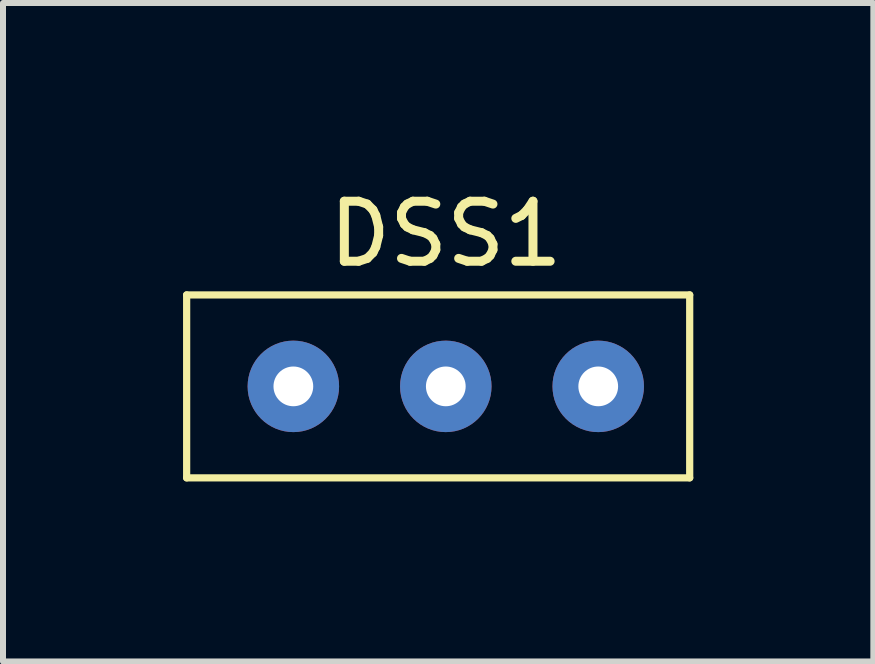
<source format=kicad_pcb>
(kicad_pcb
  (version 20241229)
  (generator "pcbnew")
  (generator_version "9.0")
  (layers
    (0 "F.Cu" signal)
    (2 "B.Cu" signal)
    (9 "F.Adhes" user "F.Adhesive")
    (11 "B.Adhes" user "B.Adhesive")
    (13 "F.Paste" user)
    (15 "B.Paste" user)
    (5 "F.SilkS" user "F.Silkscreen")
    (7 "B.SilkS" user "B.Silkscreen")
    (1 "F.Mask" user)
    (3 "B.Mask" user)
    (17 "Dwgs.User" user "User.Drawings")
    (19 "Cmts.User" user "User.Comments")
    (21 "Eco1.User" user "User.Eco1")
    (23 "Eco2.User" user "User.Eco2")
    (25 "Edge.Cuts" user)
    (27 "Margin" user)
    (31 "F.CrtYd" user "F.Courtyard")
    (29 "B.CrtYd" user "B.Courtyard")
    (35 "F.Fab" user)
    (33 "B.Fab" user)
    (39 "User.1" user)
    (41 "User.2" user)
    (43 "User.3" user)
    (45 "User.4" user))
  (footprint "DSS1"
    (layer "F.Cu")
    (at 4.378 3.388)
    (property "Reference" "DSS1" (at 0 -2.54 0) (layer "F.SilkS") (effects (font (size 1 1) (thickness 0.15))))
    (attr through_hole)
    (fp_line (start -4.318 -1.524) (end -4.318 1.524) (stroke (width 0.12) (type solid)) (layer "F.SilkS"))
    (fp_line (start -4.318 1.524) (end 4.064 1.524) (stroke (width 0.12) (type solid)) (layer "F.SilkS"))
    (fp_line (start 4.064 -1.524) (end -4.318 -1.524) (stroke (width 0.12) (type solid)) (layer "F.SilkS"))
    (fp_line (start 4.064 1.524) (end 4.064 -1.524) (stroke (width 0.12) (type solid)) (layer "F.SilkS"))
    (pad "1" thru_hole circle (at -2.54 0) (size 1.524 1.524) (drill 0.662) (layers "*.Cu" "*.Mask"))
    (pad "2" thru_hole circle (at 0 0) (size 1.524 1.524) (drill 0.662) (layers "*.Cu" "*.Mask"))
    (pad "3" thru_hole circle (at 2.54 0) (size 1.524 1.524) (drill 0.662) (layers "*.Cu" "*.Mask")))
  (gr_rect
    (start -3 -3)
    (end 11.502 7.972)
    (stroke (width 0.1) (type default))
    (fill no)
    (layer "Edge.Cuts")))
</source>
